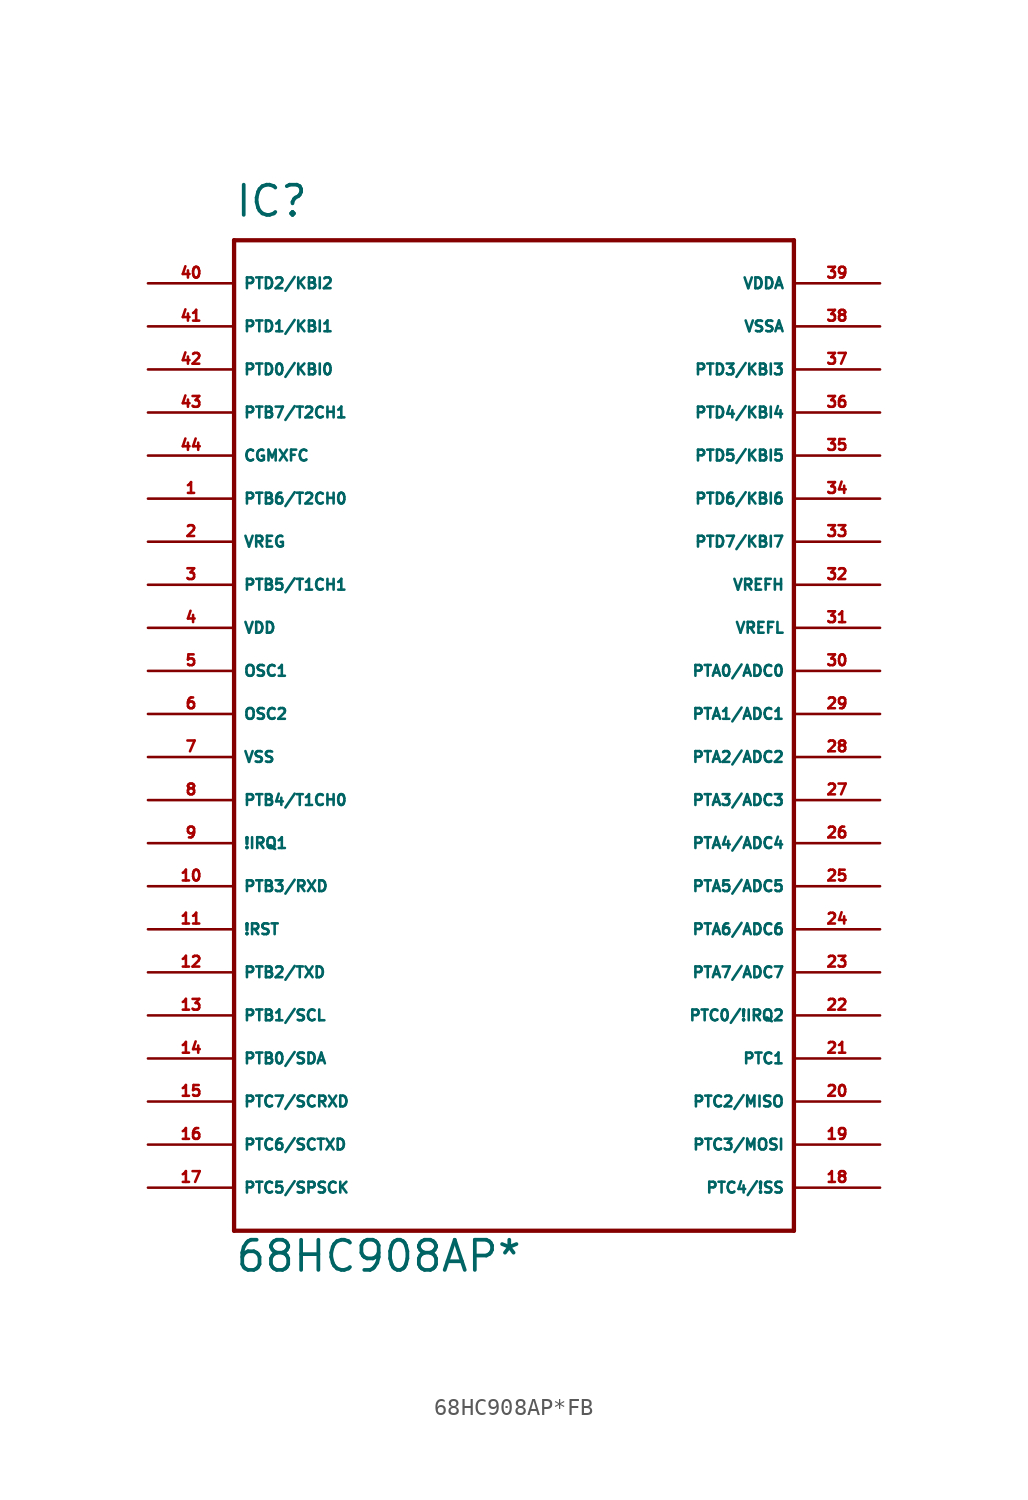
<source format=kicad_sym>
(kicad_symbol_lib
  (version 20220914)
  (generator Eagle2Kicad)
  (symbol "68HC908AP*FB"
    (property "Reference" "IC"
      (at -17.78 31.75 0)
      (effects (font (size 1.778 1.778) (thickness 0.22)) (justify left bottom)))
    (property "Value" "68HC908AP*"
      (at -17.78 -30.48 0)
      (effects (font (size 1.778 1.778) (thickness 0.22)) (justify left bottom)))
    (polyline
      (pts (xy -17.78 30.48) (xy -17.78 -27.94))
      (stroke (width 0.254) (type default))
      (fill (type none)))
    (polyline
      (pts (xy -17.78 -27.94) (xy 15.24 -27.94))
      (stroke (width 0.254) (type default))
      (fill (type none)))
    (polyline
      (pts (xy 15.24 -27.94) (xy 15.24 30.48))
      (stroke (width 0.254) (type default))
      (fill (type none)))
    (polyline
      (pts (xy 15.24 30.48) (xy -17.78 30.48))
      (stroke (width 0.254) (type default))
      (fill (type none)))
    (pin bidirectional line
      (at -22.86 27.94 0)
      (length 5.08)
      (name "PTD2/KBI2" (effects (font (size 0.635 0.635) (thickness 0.08)) (justify left bottom)))
      (number "40" (effects (font (size 0.635 0.635) (thickness 0.08)) (justify left bottom))))
    (pin bidirectional line
      (at -22.86 25.4 0)
      (length 5.08)
      (name "PTD1/KBI1" (effects (font (size 0.635 0.635) (thickness 0.08)) (justify left bottom)))
      (number "41" (effects (font (size 0.635 0.635) (thickness 0.08)) (justify left bottom))))
    (pin bidirectional line
      (at -22.86 20.32 0)
      (length 5.08)
      (name "PTB7/T2CH1" (effects (font (size 0.635 0.635) (thickness 0.08)) (justify left bottom)))
      (number "43" (effects (font (size 0.635 0.635) (thickness 0.08)) (justify left bottom))))
    (pin bidirectional line
      (at -22.86 22.86 0)
      (length 5.08)
      (name "PTD0/KBI0" (effects (font (size 0.635 0.635) (thickness 0.08)) (justify left bottom)))
      (number "42" (effects (font (size 0.635 0.635) (thickness 0.08)) (justify left bottom))))
    (pin input line
      (at -22.86 17.78 0)
      (length 5.08)
      (name "CGMXFC" (effects (font (size 0.635 0.635) (thickness 0.08)) (justify left bottom)))
      (number "44" (effects (font (size 0.635 0.635) (thickness 0.08)) (justify left bottom))))
    (pin bidirectional line
      (at -22.86 15.24 0)
      (length 5.08)
      (name "PTB6/T2CH0" (effects (font (size 0.635 0.635) (thickness 0.08)) (justify left bottom)))
      (number "1" (effects (font (size 0.635 0.635) (thickness 0.08)) (justify left bottom))))
    (pin output line
      (at -22.86 12.7 0)
      (length 5.08)
      (name "VREG" (effects (font (size 0.635 0.635) (thickness 0.08)) (justify left bottom)))
      (number "2" (effects (font (size 0.635 0.635) (thickness 0.08)) (justify left bottom))))
    (pin bidirectional line
      (at -22.86 10.16 0)
      (length 5.08)
      (name "PTB5/T1CH1" (effects (font (size 0.635 0.635) (thickness 0.08)) (justify left bottom)))
      (number "3" (effects (font (size 0.635 0.635) (thickness 0.08)) (justify left bottom))))
    (pin unspecified line
      (at -22.86 7.62 0)
      (length 5.08)
      (name "VDD" (effects (font (size 0.635 0.635) (thickness 0.08)) (justify left bottom)))
      (number "4" (effects (font (size 0.635 0.635) (thickness 0.08)) (justify left bottom))))
    (pin input line
      (at -22.86 5.08 0)
      (length 5.08)
      (name "OSC1" (effects (font (size 0.635 0.635) (thickness 0.08)) (justify left bottom)))
      (number "5" (effects (font (size 0.635 0.635) (thickness 0.08)) (justify left bottom))))
    (pin output line
      (at -22.86 2.54 0)
      (length 5.08)
      (name "OSC2" (effects (font (size 0.635 0.635) (thickness 0.08)) (justify left bottom)))
      (number "6" (effects (font (size 0.635 0.635) (thickness 0.08)) (justify left bottom))))
    (pin unspecified line
      (at -22.86 0 0)
      (length 5.08)
      (name "VSS" (effects (font (size 0.635 0.635) (thickness 0.08)) (justify left bottom)))
      (number "7" (effects (font (size 0.635 0.635) (thickness 0.08)) (justify left bottom))))
    (pin bidirectional line
      (at -22.86 -2.54 0)
      (length 5.08)
      (name "PTB4/T1CH0" (effects (font (size 0.635 0.635) (thickness 0.08)) (justify left bottom)))
      (number "8" (effects (font (size 0.635 0.635) (thickness 0.08)) (justify left bottom))))
    (pin input line
      (at -22.86 -5.08 0)
      (length 5.08)
      (name "!IRQ1" (effects (font (size 0.635 0.635) (thickness 0.08)) (justify left bottom)))
      (number "9" (effects (font (size 0.635 0.635) (thickness 0.08)) (justify left bottom))))
    (pin bidirectional line
      (at -22.86 -7.62 0)
      (length 5.08)
      (name "PTB3/RXD" (effects (font (size 0.635 0.635) (thickness 0.08)) (justify left bottom)))
      (number "10" (effects (font (size 0.635 0.635) (thickness 0.08)) (justify left bottom))))
    (pin input line
      (at -22.86 -10.16 0)
      (length 5.08)
      (name "!RST" (effects (font (size 0.635 0.635) (thickness 0.08)) (justify left bottom)))
      (number "11" (effects (font (size 0.635 0.635) (thickness 0.08)) (justify left bottom))))
    (pin bidirectional line
      (at -22.86 -12.7 0)
      (length 5.08)
      (name "PTB2/TXD" (effects (font (size 0.635 0.635) (thickness 0.08)) (justify left bottom)))
      (number "12" (effects (font (size 0.635 0.635) (thickness 0.08)) (justify left bottom))))
    (pin bidirectional line
      (at -22.86 -15.24 0)
      (length 5.08)
      (name "PTB1/SCL" (effects (font (size 0.635 0.635) (thickness 0.08)) (justify left bottom)))
      (number "13" (effects (font (size 0.635 0.635) (thickness 0.08)) (justify left bottom))))
    (pin bidirectional line
      (at -22.86 -17.78 0)
      (length 5.08)
      (name "PTB0/SDA" (effects (font (size 0.635 0.635) (thickness 0.08)) (justify left bottom)))
      (number "14" (effects (font (size 0.635 0.635) (thickness 0.08)) (justify left bottom))))
    (pin bidirectional line
      (at -22.86 -20.32 0)
      (length 5.08)
      (name "PTC7/SCRXD" (effects (font (size 0.635 0.635) (thickness 0.08)) (justify left bottom)))
      (number "15" (effects (font (size 0.635 0.635) (thickness 0.08)) (justify left bottom))))
    (pin bidirectional line
      (at -22.86 -22.86 0)
      (length 5.08)
      (name "PTC6/SCTXD" (effects (font (size 0.635 0.635) (thickness 0.08)) (justify left bottom)))
      (number "16" (effects (font (size 0.635 0.635) (thickness 0.08)) (justify left bottom))))
    (pin bidirectional line
      (at -22.86 -25.4 0)
      (length 5.08)
      (name "PTC5/SPSCK" (effects (font (size 0.635 0.635) (thickness 0.08)) (justify left bottom)))
      (number "17" (effects (font (size 0.635 0.635) (thickness 0.08)) (justify left bottom))))
    (pin bidirectional line
      (at 20.32 -25.4 180)
      (length 5.08)
      (name "PTC4/!SS" (effects (font (size 0.635 0.635) (thickness 0.08)) (justify left bottom)))
      (number "18" (effects (font (size 0.635 0.635) (thickness 0.08)) (justify left bottom))))
    (pin bidirectional line
      (at 20.32 -22.86 180)
      (length 5.08)
      (name "PTC3/MOSI" (effects (font (size 0.635 0.635) (thickness 0.08)) (justify left bottom)))
      (number "19" (effects (font (size 0.635 0.635) (thickness 0.08)) (justify left bottom))))
    (pin bidirectional line
      (at 20.32 -20.32 180)
      (length 5.08)
      (name "PTC2/MISO" (effects (font (size 0.635 0.635) (thickness 0.08)) (justify left bottom)))
      (number "20" (effects (font (size 0.635 0.635) (thickness 0.08)) (justify left bottom))))
    (pin bidirectional line
      (at 20.32 -12.7 180)
      (length 5.08)
      (name "PTA7/ADC7" (effects (font (size 0.635 0.635) (thickness 0.08)) (justify left bottom)))
      (number "23" (effects (font (size 0.635 0.635) (thickness 0.08)) (justify left bottom))))
    (pin bidirectional line
      (at 20.32 -10.16 180)
      (length 5.08)
      (name "PTA6/ADC6" (effects (font (size 0.635 0.635) (thickness 0.08)) (justify left bottom)))
      (number "24" (effects (font (size 0.635 0.635) (thickness 0.08)) (justify left bottom))))
    (pin bidirectional line
      (at 20.32 -7.62 180)
      (length 5.08)
      (name "PTA5/ADC5" (effects (font (size 0.635 0.635) (thickness 0.08)) (justify left bottom)))
      (number "25" (effects (font (size 0.635 0.635) (thickness 0.08)) (justify left bottom))))
    (pin bidirectional line
      (at 20.32 -5.08 180)
      (length 5.08)
      (name "PTA4/ADC4" (effects (font (size 0.635 0.635) (thickness 0.08)) (justify left bottom)))
      (number "26" (effects (font (size 0.635 0.635) (thickness 0.08)) (justify left bottom))))
    (pin bidirectional line
      (at 20.32 -2.54 180)
      (length 5.08)
      (name "PTA3/ADC3" (effects (font (size 0.635 0.635) (thickness 0.08)) (justify left bottom)))
      (number "27" (effects (font (size 0.635 0.635) (thickness 0.08)) (justify left bottom))))
    (pin bidirectional line
      (at 20.32 0 180)
      (length 5.08)
      (name "PTA2/ADC2" (effects (font (size 0.635 0.635) (thickness 0.08)) (justify left bottom)))
      (number "28" (effects (font (size 0.635 0.635) (thickness 0.08)) (justify left bottom))))
    (pin bidirectional line
      (at 20.32 2.54 180)
      (length 5.08)
      (name "PTA1/ADC1" (effects (font (size 0.635 0.635) (thickness 0.08)) (justify left bottom)))
      (number "29" (effects (font (size 0.635 0.635) (thickness 0.08)) (justify left bottom))))
    (pin bidirectional line
      (at 20.32 5.08 180)
      (length 5.08)
      (name "PTA0/ADC0" (effects (font (size 0.635 0.635) (thickness 0.08)) (justify left bottom)))
      (number "30" (effects (font (size 0.635 0.635) (thickness 0.08)) (justify left bottom))))
    (pin passive line
      (at 20.32 7.62 180)
      (length 5.08)
      (name "VREFL" (effects (font (size 0.635 0.635) (thickness 0.08)) (justify left bottom)))
      (number "31" (effects (font (size 0.635 0.635) (thickness 0.08)) (justify left bottom))))
    (pin passive line
      (at 20.32 10.16 180)
      (length 5.08)
      (name "VREFH" (effects (font (size 0.635 0.635) (thickness 0.08)) (justify left bottom)))
      (number "32" (effects (font (size 0.635 0.635) (thickness 0.08)) (justify left bottom))))
    (pin bidirectional line
      (at 20.32 12.7 180)
      (length 5.08)
      (name "PTD7/KBI7" (effects (font (size 0.635 0.635) (thickness 0.08)) (justify left bottom)))
      (number "33" (effects (font (size 0.635 0.635) (thickness 0.08)) (justify left bottom))))
    (pin bidirectional line
      (at 20.32 15.24 180)
      (length 5.08)
      (name "PTD6/KBI6" (effects (font (size 0.635 0.635) (thickness 0.08)) (justify left bottom)))
      (number "34" (effects (font (size 0.635 0.635) (thickness 0.08)) (justify left bottom))))
    (pin bidirectional line
      (at 20.32 17.78 180)
      (length 5.08)
      (name "PTD5/KBI5" (effects (font (size 0.635 0.635) (thickness 0.08)) (justify left bottom)))
      (number "35" (effects (font (size 0.635 0.635) (thickness 0.08)) (justify left bottom))))
    (pin bidirectional line
      (at 20.32 20.32 180)
      (length 5.08)
      (name "PTD4/KBI4" (effects (font (size 0.635 0.635) (thickness 0.08)) (justify left bottom)))
      (number "36" (effects (font (size 0.635 0.635) (thickness 0.08)) (justify left bottom))))
    (pin bidirectional line
      (at 20.32 22.86 180)
      (length 5.08)
      (name "PTD3/KBI3" (effects (font (size 0.635 0.635) (thickness 0.08)) (justify left bottom)))
      (number "37" (effects (font (size 0.635 0.635) (thickness 0.08)) (justify left bottom))))
    (pin unspecified line
      (at 20.32 25.4 180)
      (length 5.08)
      (name "VSSA" (effects (font (size 0.635 0.635) (thickness 0.08)) (justify left bottom)))
      (number "38" (effects (font (size 0.635 0.635) (thickness 0.08)) (justify left bottom))))
    (pin unspecified line
      (at 20.32 27.94 180)
      (length 5.08)
      (name "VDDA" (effects (font (size 0.635 0.635) (thickness 0.08)) (justify left bottom)))
      (number "39" (effects (font (size 0.635 0.635) (thickness 0.08)) (justify left bottom))))
    (pin bidirectional line
      (at 20.32 -17.78 180)
      (length 5.08)
      (name "PTC1" (effects (font (size 0.635 0.635) (thickness 0.08)) (justify left bottom)))
      (number "21" (effects (font (size 0.635 0.635) (thickness 0.08)) (justify left bottom))))
    (pin bidirectional line
      (at 20.32 -15.24 180)
      (length 5.08)
      (name "PTC0/!IRQ2" (effects (font (size 0.635 0.635) (thickness 0.08)) (justify left bottom)))
      (number "22" (effects (font (size 0.635 0.635) (thickness 0.08)) (justify left bottom))))))
</source>
